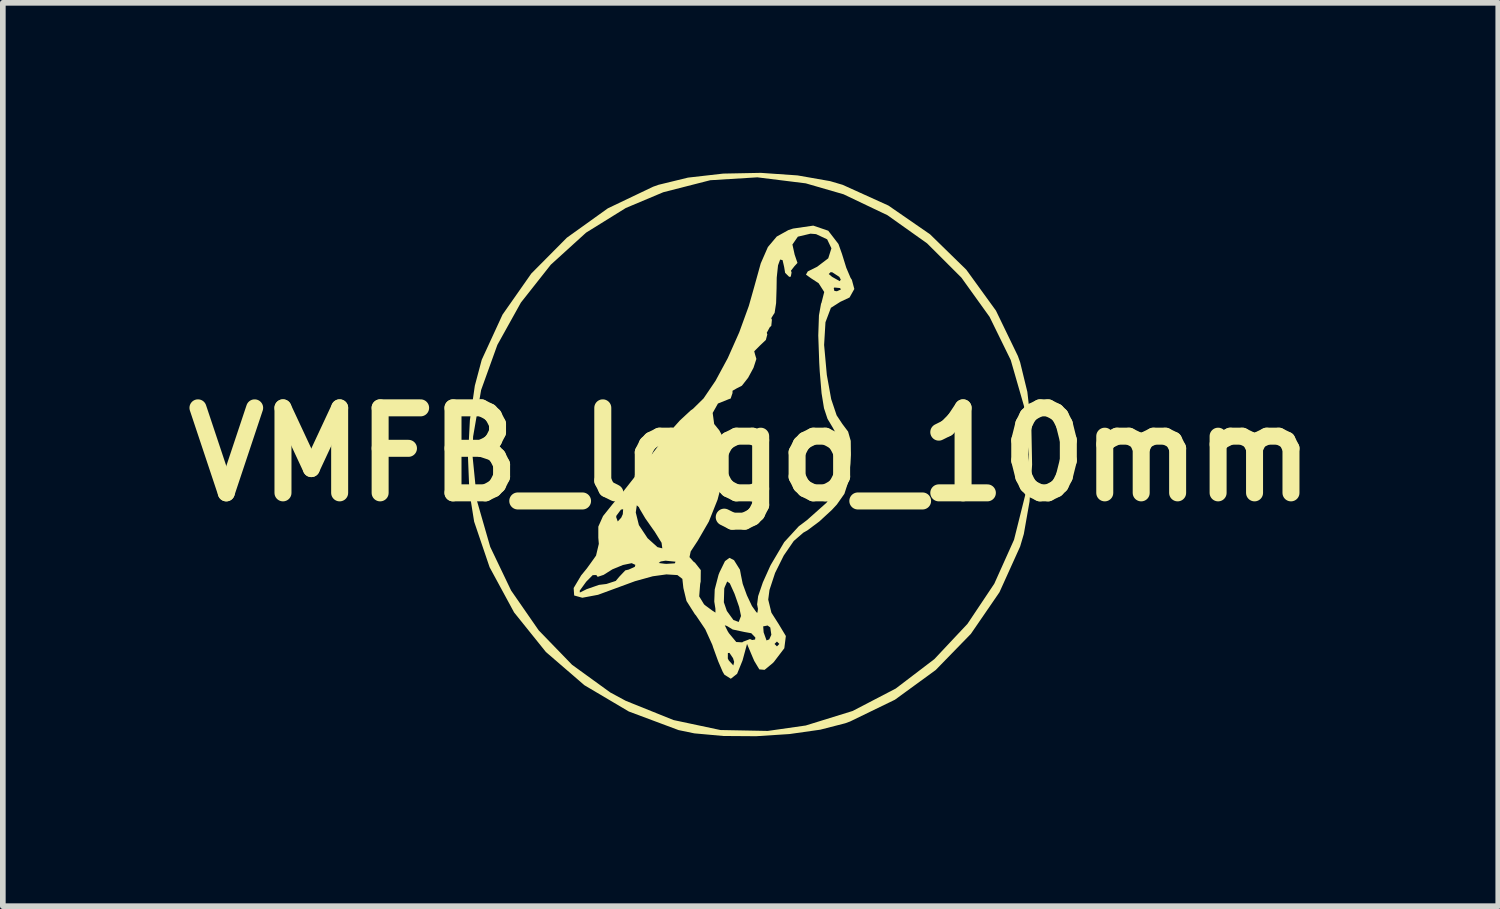
<source format=kicad_pcb>
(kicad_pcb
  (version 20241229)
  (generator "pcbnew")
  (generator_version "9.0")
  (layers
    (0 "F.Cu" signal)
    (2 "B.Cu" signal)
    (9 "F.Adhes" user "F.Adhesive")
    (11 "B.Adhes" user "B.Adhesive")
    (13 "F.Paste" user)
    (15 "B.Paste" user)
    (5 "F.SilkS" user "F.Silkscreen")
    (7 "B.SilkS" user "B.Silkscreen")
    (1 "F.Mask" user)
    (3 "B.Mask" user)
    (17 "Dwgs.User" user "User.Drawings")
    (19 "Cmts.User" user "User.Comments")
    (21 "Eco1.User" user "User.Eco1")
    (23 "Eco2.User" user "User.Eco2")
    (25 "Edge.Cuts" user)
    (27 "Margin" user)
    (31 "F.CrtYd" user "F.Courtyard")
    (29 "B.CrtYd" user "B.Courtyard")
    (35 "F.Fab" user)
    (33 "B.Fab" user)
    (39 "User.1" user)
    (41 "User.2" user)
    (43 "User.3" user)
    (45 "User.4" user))
  (footprint "VMFB_logo_10mm"
    (layer "F.Cu")
    (at 10.193 4.968)
    (property "Reference" "VMFB_logo_10mm" (at 0 0 0) (layer "F.SilkS") (effects (font (size 1.5 1.5) (thickness 0.3))))
    (attr board_only exclude_from_pos_files exclude_from_bom)
    (fp_poly (pts (xy 0.83 -4.923) (xy 1.404 -4.822) (xy 1.625 -4.757) (xy 2.433 -4.391) (xy 3.167 -3.884) (xy 3.807 -3.259) (xy 4.33 -2.537) (xy 4.717 -1.737) (xy 4.757 -1.625) (xy 4.884 -1.104) (xy 4.955 -0.482) (xy 4.968 0.182) (xy 4.923 0.83) (xy 4.822 1.404) (xy 4.757 1.625) (xy 4.392 2.432) (xy 3.888 3.166) (xy 3.266 3.805) (xy 2.548 4.328) (xy 1.755 4.713) (xy 1.67 4.744) (xy 1.23 4.857) (xy 0.687 4.934) (xy 0.098 4.972) (xy -0.48 4.968) (xy -0.991 4.922) (xy -1.27 4.864) (xy -2.148 4.536) (xy -2.932 4.072) (xy -3.611 3.486) (xy -4.172 2.788) (xy -4.604 1.991) (xy -4.877 1.186) (xy -4.961 0.66) (xy -4.986 0.041) (xy -4.983 0) (xy -4.908 0) (xy -4.826 0.823) (xy -4.593 1.632) (xy -4.225 2.401) (xy -3.738 3.104) (xy -3.149 3.712) (xy -2.475 4.2) (xy -2.201 4.348) (xy -1.359 4.687) (xy -0.531 4.863) (xy 0.303 4.879) (xy 0.974 4.783) (xy 1.801 4.527) (xy 2.562 4.131) (xy 3.243 3.612) (xy 3.828 2.989) (xy 4.301 2.281) (xy 4.649 1.506) (xy 4.855 0.683) (xy 4.908 0) (xy 4.826 -0.849) (xy 4.591 -1.665) (xy 4.217 -2.428) (xy 3.72 -3.12) (xy 3.115 -3.724) (xy 2.417 -4.22) (xy 1.641 -4.59) (xy 0.974 -4.783) (xy 0.12 -4.889) (xy -0.711 -4.838) (xy -1.54 -4.626) (xy -2.201 -4.348) (xy -2.902 -3.913) (xy -3.524 -3.348) (xy -4.052 -2.679) (xy -4.467 -1.933) (xy -4.754 -1.136) (xy -4.895 -0.316) (xy -4.908 0) (xy -4.983 0) (xy -4.952 -0.604) (xy -4.865 -1.212) (xy -4.743 -1.67) (xy -4.376 -2.467) (xy -3.868 -3.192) (xy -3.241 -3.824) (xy -2.518 -4.342) (xy -1.72 -4.723) (xy -1.625 -4.757) (xy -1.104 -4.884) (xy -0.482 -4.955) (xy 0.182 -4.968)) (stroke (width 0) (type solid)) (fill yes) (layer "F.SilkS"))
    (fp_poly (pts (xy 1.371 -3.947) (xy 1.551 -3.713) (xy 1.613 -3.539) (xy 1.689 -3.294) (xy 1.765 -3.115) (xy 1.788 -3.08) (xy 1.831 -2.919) (xy 1.747 -2.769) (xy 1.585 -2.693) (xy 1.418 -2.587) (xy 1.322 -2.332) (xy 1.298 -1.932) (xy 1.346 -1.402) (xy 1.423 -0.976) (xy 1.519 -0.69) (xy 1.619 -0.539) (xy 1.721 -0.403) (xy 1.768 -0.239) (xy 1.771 0.009) (xy 1.762 0.166) (xy 1.726 0.479) (xy 1.656 0.695) (xy 1.523 0.884) (xy 1.434 0.98) (xy 1.215 1.182) (xy 1.002 1.341) (xy 0.931 1.381) (xy 0.762 1.528) (xy 0.586 1.784) (xy 0.433 2.091) (xy 0.334 2.392) (xy 0.312 2.562) (xy 0.368 2.792) (xy 0.496 2.993) (xy 0.623 3.204) (xy 0.596 3.42) (xy 0.411 3.663) (xy 0.391 3.683) (xy 0.248 3.801) (xy 0.155 3.793) (xy 0.066 3.645) (xy 0.032 3.567) (xy -0.062 3.344) (xy 0.423 3.344) (xy 0.466 3.387) (xy 0.508 3.344) (xy 0.466 3.302) (xy 0.423 3.344) (xy -0.062 3.344) (xy -0.141 3.635) (xy -0.237 3.871) (xy -0.348 3.958) (xy -0.461 3.887) (xy -0.491 3.836) (xy -0.569 3.655) (xy -0.589 3.601) (xy -0.401 3.601) (xy -0.384 3.635) (xy -0.304 3.723) (xy -0.289 3.661) (xy -0.309 3.595) (xy -0.372 3.502) (xy -0.4 3.504) (xy -0.401 3.601) (xy -0.589 3.601) (xy -0.659 3.408) (xy -0.674 3.361) (xy -0.799 3.085) (xy -0.846 3.015) (xy -0.455 3.015) (xy -0.404 3.118) (xy -0.381 3.155) (xy -0.252 3.31) (xy -0.146 3.316) (xy -0.13 3.304) (xy -0.01 3.258) (xy 0.029 3.275) (xy 0.08 3.266) (xy 0.085 3.231) (xy 0.013 3.155) (xy -0.11 3.133) (xy -0.315 3.089) (xy -0.405 3.034) (xy 0.223 3.034) (xy 0.231 3.139) (xy 0.282 3.282) (xy 0.33 3.264) (xy 0.367 3.182) (xy 0.348 3.053) (xy 0.301 3.019) (xy 0.223 3.034) (xy -0.405 3.034) (xy -0.417 3.027) (xy -0.455 3.015) (xy -0.846 3.015) (xy -0.964 2.84) (xy -0.982 2.82) (xy -1.13 2.586) (xy -1.185 2.358) (xy -1.203 2.196) (xy -1.29 2.129) (xy -1.484 2.117) (xy -1.725 2.15) (xy -2.039 2.237) (xy -2.286 2.328) (xy -2.691 2.477) (xy -2.968 2.529) (xy -3.112 2.489) (xy -3.118 2.404) (xy -3.014 2.404) (xy -3.012 2.437) (xy -2.902 2.383) (xy -2.895 2.379) (xy -2.674 2.302) (xy -2.543 2.286) (xy -2.378 2.232) (xy -2.317 2.159) (xy -2.21 2.046) (xy -2.15 2.032) (xy -2.043 1.984) (xy -2.032 1.949) (xy -2.097 1.919) (xy -2.251 1.951) (xy -2.438 2.028) (xy -2.592 2.125) (xy -2.697 2.16) (xy -2.722 2.128) (xy -2.785 2.13) (xy -2.898 2.244) (xy -2.91 2.26) (xy -3.014 2.404) (xy -3.118 2.404) (xy -3.121 2.357) (xy -2.989 2.135) (xy -2.89 2.014) (xy -2.819 1.916) (xy -1.62 1.916) (xy -1.508 1.93) (xy -1.482 1.931) (xy -1.337 1.922) (xy -1.324 1.895) (xy -1.332 1.892) (xy -1.5 1.875) (xy -1.586 1.889) (xy -1.62 1.916) (xy -2.819 1.916) (xy -2.745 1.812) (xy -1.077 1.812) (xy -1.007 1.891) (xy -0.98 1.911) (xy -0.878 2.041) (xy -0.88 2.243) (xy -0.889 2.286) (xy -0.906 2.505) (xy -0.82 2.646) (xy -0.791 2.67) (xy -0.664 2.763) (xy -0.619 2.791) (xy -0.62 2.722) (xy -0.638 2.609) (xy -0.471 2.609) (xy -0.418 2.762) (xy -0.302 2.922) (xy -0.209 2.956) (xy -0.169 2.853) (xy -0.169 2.846) (xy -0.201 2.692) (xy -0.277 2.474) (xy -0.286 2.451) (xy -0.366 2.275) (xy -0.412 2.242) (xy -0.455 2.339) (xy -0.464 2.367) (xy -0.471 2.609) (xy -0.638 2.609) (xy -0.64 2.592) (xy -0.632 2.383) (xy -0.565 2.125) (xy -0.546 2.077) (xy -0.451 1.883) (xy -0.372 1.825) (xy -0.292 1.866) (xy -0.187 2.034) (xy -0.169 2.131) (xy -0.138 2.284) (xy -0.064 2.487) (xy 0.025 2.675) (xy 0.103 2.785) (xy 0.121 2.794) (xy 0.131 2.726) (xy 0.116 2.646) (xy 0.134 2.501) (xy 0.217 2.258) (xy 0.347 1.969) (xy 0.357 1.949) (xy 0.594 1.548) (xy 0.851 1.268) (xy 0.996 1.159) (xy 1.34 0.853) (xy 1.556 0.494) (xy 1.635 0.113) (xy 1.57 -0.259) (xy 1.447 -0.479) (xy 1.358 -0.628) (xy 1.296 -0.815) (xy 1.253 -1.08) (xy 1.221 -1.463) (xy 1.212 -1.618) (xy 1.195 -2.1) (xy 1.207 -2.453) (xy 1.244 -2.659) (xy 1.252 -2.676) (xy 1.3 -2.866) (xy 1.256 -2.935) (xy 1.468 -2.935) (xy 1.479 -2.885) (xy 1.524 -2.879) (xy 1.594 -2.91) (xy 1.58 -2.935) (xy 1.48 -2.945) (xy 1.468 -2.935) (xy 1.256 -2.935) (xy 1.201 -3.021) (xy 1.069 -3.107) (xy 0.978 -3.172) (xy 0.984 -3.183) (xy 1.38 -3.183) (xy 1.439 -3.133) (xy 1.574 -3.057) (xy 1.592 -3.085) (xy 1.566 -3.133) (xy 1.443 -3.213) (xy 1.413 -3.216) (xy 1.38 -3.183) (xy 0.984 -3.183) (xy 1.01 -3.229) (xy 1.175 -3.311) (xy 1.371 -3.46) (xy 1.427 -3.637) (xy 1.352 -3.795) (xy 1.156 -3.887) (xy 1.058 -3.895) (xy 0.835 -3.842) (xy 0.739 -3.704) (xy 0.778 -3.526) (xy 0.828 -3.379) (xy 0.774 -3.32) (xy 0.713 -3.242) (xy 0.724 -3.21) (xy 0.71 -3.137) (xy 0.682 -3.133) (xy 0.61 -3.204) (xy 0.593 -3.307) (xy 0.565 -3.428) (xy 0.522 -3.438) (xy 0.485 -3.336) (xy 0.462 -3.119) (xy 0.459 -2.925) (xy 0.451 -2.669) (xy 0.425 -2.498) (xy 0.397 -2.455) (xy 0.365 -2.403) (xy 0.377 -2.377) (xy 0.366 -2.268) (xy 0.339 -2.244) (xy 0.286 -2.146) (xy 0.296 -2.117) (xy 0.27 -2.02) (xy 0.165 -1.92) (xy 0.065 -1.82) (xy 0.079 -1.766) (xy 0.103 -1.685) (xy 0.052 -1.528) (xy -0.043 -1.352) (xy -0.153 -1.212) (xy -0.247 -1.164) (xy -0.318 -1.123) (xy -0.318 -1.083) (xy -0.351 -0.986) (xy -0.381 -0.976) (xy -0.575 -0.898) (xy -0.668 -0.732) (xy -0.642 -0.537) (xy -0.55 -0.423) (xy -0.455 -0.244) (xy -0.434 0.045) (xy -0.479 0.406) (xy -0.582 0.799) (xy -0.736 1.185) (xy -0.934 1.527) (xy -0.939 1.534) (xy -1.056 1.712) (xy -1.077 1.812) (xy -2.745 1.812) (xy -2.726 1.785) (xy -2.677 1.578) (xy -2.686 1.47) (xy -2.686 1.274) (xy -2.611 1.106) (xy -2.371 1.106) (xy -2.343 1.183) (xy -2.281 1.115) (xy -2.254 1.054) (xy -2.252 1.025) (xy -2.025 1.025) (xy -1.97 1.247) (xy -1.819 1.475) (xy -1.816 1.479) (xy -1.642 1.636) (xy -1.557 1.657) (xy -1.57 1.559) (xy -1.695 1.357) (xy -1.711 1.336) (xy -1.857 1.128) (xy -1.957 0.959) (xy -1.97 0.931) (xy -2.007 0.898) (xy -2.025 1.023) (xy -2.025 1.025) (xy -2.252 1.025) (xy -2.248 0.967) (xy -2.287 0.974) (xy -2.368 1.083) (xy -2.371 1.106) (xy -2.611 1.106) (xy -2.603 1.088) (xy -2.434 0.877) (xy -2.242 0.649) (xy -2 0.341) (xy -1.754 0.015) (xy -1.712 -0.042) (xy -1.48 -0.339) (xy -1.247 -0.599) (xy -1.055 -0.777) (xy -1.016 -0.804) (xy -0.829 -0.988) (xy -0.618 -1.299) (xy -0.402 -1.699) (xy -0.2 -2.153) (xy -0.03 -2.621) (xy 0.062 -2.946) (xy 0.18 -3.371) (xy 0.306 -3.659) (xy 0.462 -3.844) (xy 0.667 -3.958) (xy 0.75 -3.985) (xy 1.107 -4.037)) (stroke (width 0) (type solid)) (fill yes) (layer "F.SilkS")))
  (gr_rect
    (start -3 -3)
    (end 23.386 12.939)
    (stroke (width 0.1) (type default))
    (fill no)
    (layer "Edge.Cuts")))
</source>
